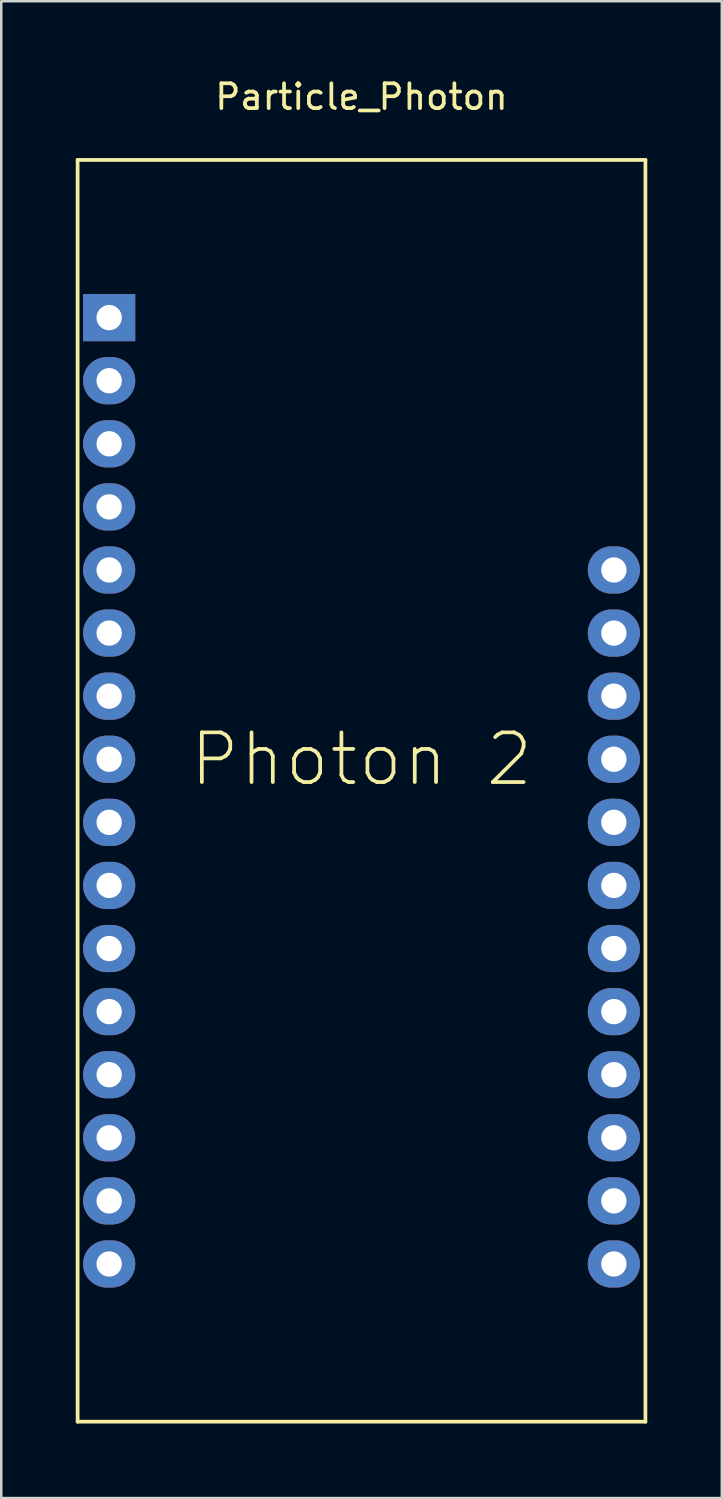
<source format=kicad_pcb>
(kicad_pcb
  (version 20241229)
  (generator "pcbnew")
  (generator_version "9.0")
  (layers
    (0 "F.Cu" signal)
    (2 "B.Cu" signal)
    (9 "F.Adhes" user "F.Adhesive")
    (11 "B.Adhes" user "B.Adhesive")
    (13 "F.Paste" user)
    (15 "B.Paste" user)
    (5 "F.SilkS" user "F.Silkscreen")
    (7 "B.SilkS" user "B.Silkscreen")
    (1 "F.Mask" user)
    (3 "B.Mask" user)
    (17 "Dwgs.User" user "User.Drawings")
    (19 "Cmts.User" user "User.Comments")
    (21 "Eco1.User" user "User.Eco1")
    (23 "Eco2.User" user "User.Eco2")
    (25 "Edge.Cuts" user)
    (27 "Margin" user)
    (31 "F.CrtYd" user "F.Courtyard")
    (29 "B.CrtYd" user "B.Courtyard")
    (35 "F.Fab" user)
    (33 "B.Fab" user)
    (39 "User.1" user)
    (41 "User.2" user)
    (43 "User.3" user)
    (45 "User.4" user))
  (footprint "Particle_Photon"
    (layer "F.Cu")
    (at 11.505 30.058)
    (property "Reference" "Particle_Photon" (at 0 -29.21 0) (layer "F.SilkS") (effects (font (size 1 1) (thickness 0.15))))
    (attr through_hole)
    (fp_line (start -11.43 -26.67) (end 11.43 -26.67) (stroke (width 0.15) (type solid)) (layer "F.SilkS"))
    (fp_line (start -11.43 24.13) (end -11.43 -26.67) (stroke (width 0.15) (type solid)) (layer "F.SilkS"))
    (fp_line (start 11.43 -26.67) (end 11.43 24.13) (stroke (width 0.15) (type solid)) (layer "F.SilkS"))
    (fp_line (start 11.43 24.13) (end -11.43 24.13) (stroke (width 0.15) (type solid)) (layer "F.SilkS"))
    (fp_text user "Photon 2" (at 0 -2.54 0) (layer "F.SilkS") (effects (font (size 2 2) (thickness 0.15))))
    (pad "1" thru_hole rect (at -10.16 -20.32) (size 2.1 1.9) (drill 1.02) (layers "*.Cu" "*.Mask"))
    (pad "2" thru_hole oval (at -10.16 -17.78) (size 2.1 1.9) (drill 1.02) (layers "*.Cu" "*.Mask"))
    (pad "3" thru_hole oval (at -10.16 -15.24) (size 2.1 1.9) (drill 1.02) (layers "*.Cu" "*.Mask"))
    (pad "4" thru_hole oval (at -10.16 -12.7) (size 2.1 1.9) (drill 1.02) (layers "*.Cu" "*.Mask"))
    (pad "5" thru_hole oval (at -10.16 -10.16) (size 2.1 1.9) (drill 1.02) (layers "*.Cu" "*.Mask"))
    (pad "6" thru_hole oval (at -10.16 -7.62) (size 2.1 1.9) (drill 1.02) (layers "*.Cu" "*.Mask"))
    (pad "7" thru_hole oval (at -10.16 -5.08) (size 2.1 1.9) (drill 1.02) (layers "*.Cu" "*.Mask"))
    (pad "8" thru_hole oval (at -10.16 -2.54) (size 2.1 1.9) (drill 1.02) (layers "*.Cu" "*.Mask"))
    (pad "9" thru_hole oval (at -10.16 0) (size 2.1 1.9) (drill 1.02) (layers "*.Cu" "*.Mask"))
    (pad "10" thru_hole oval (at -10.16 2.54) (size 2.1 1.9) (drill 1.02) (layers "*.Cu" "*.Mask"))
    (pad "11" thru_hole oval (at -10.16 5.08) (size 2.1 1.9) (drill 1.02) (layers "*.Cu" "*.Mask"))
    (pad "12" thru_hole oval (at -10.16 7.62) (size 2.1 1.9) (drill 1.02) (layers "*.Cu" "*.Mask"))
    (pad "13" thru_hole oval (at -10.16 10.16) (size 2.1 1.9) (drill 1.02) (layers "*.Cu" "*.Mask"))
    (pad "14" thru_hole oval (at -10.16 12.7) (size 2.1 1.9) (drill 1.02) (layers "*.Cu" "*.Mask"))
    (pad "15" thru_hole oval (at -10.16 15.24) (size 2.1 1.9) (drill 1.02) (layers "*.Cu" "*.Mask"))
    (pad "16" thru_hole oval (at -10.16 17.78) (size 2.1 1.9) (drill 1.02) (layers "*.Cu" "*.Mask"))
    (pad "17" thru_hole oval (at 10.16 17.78) (size 2.1 1.9) (drill 1.02) (layers "*.Cu" "*.Mask"))
    (pad "18" thru_hole oval (at 10.16 15.24) (size 2.1 1.9) (drill 1.02) (layers "*.Cu" "*.Mask"))
    (pad "19" thru_hole oval (at 10.16 12.7) (size 2.1 1.9) (drill 1.02) (layers "*.Cu" "*.Mask"))
    (pad "20" thru_hole oval (at 10.16 10.16) (size 2.1 1.9) (drill 1.02) (layers "*.Cu" "*.Mask"))
    (pad "21" thru_hole oval (at 10.16 7.62) (size 2.1 1.9) (drill 1.02) (layers "*.Cu" "*.Mask"))
    (pad "22" thru_hole oval (at 10.16 5.08) (size 2.1 1.9) (drill 1.02) (layers "*.Cu" "*.Mask"))
    (pad "23" thru_hole oval (at 10.16 2.54) (size 2.1 1.9) (drill 1.02) (layers "*.Cu" "*.Mask"))
    (pad "24" thru_hole oval (at 10.16 0) (size 2.1 1.9) (drill 1.02) (layers "*.Cu" "*.Mask"))
    (pad "25" thru_hole oval (at 10.16 -2.54) (size 2.1 1.9) (drill 1.02) (layers "*.Cu" "*.Mask"))
    (pad "26" thru_hole oval (at 10.16 -5.08) (size 2.1 1.9) (drill 1.02) (layers "*.Cu" "*.Mask"))
    (pad "27" thru_hole oval (at 10.16 -7.62) (size 2.1 1.9) (drill 1.02) (layers "*.Cu" "*.Mask"))
    (pad "28" thru_hole oval (at 10.16 -10.16) (size 2.1 1.9) (drill 1.02) (layers "*.Cu" "*.Mask")))
  (gr_rect
    (start -3 -3)
    (end 26.01 57.263)
    (stroke (width 0.1) (type default))
    (fill no)
    (layer "Edge.Cuts")))
</source>
